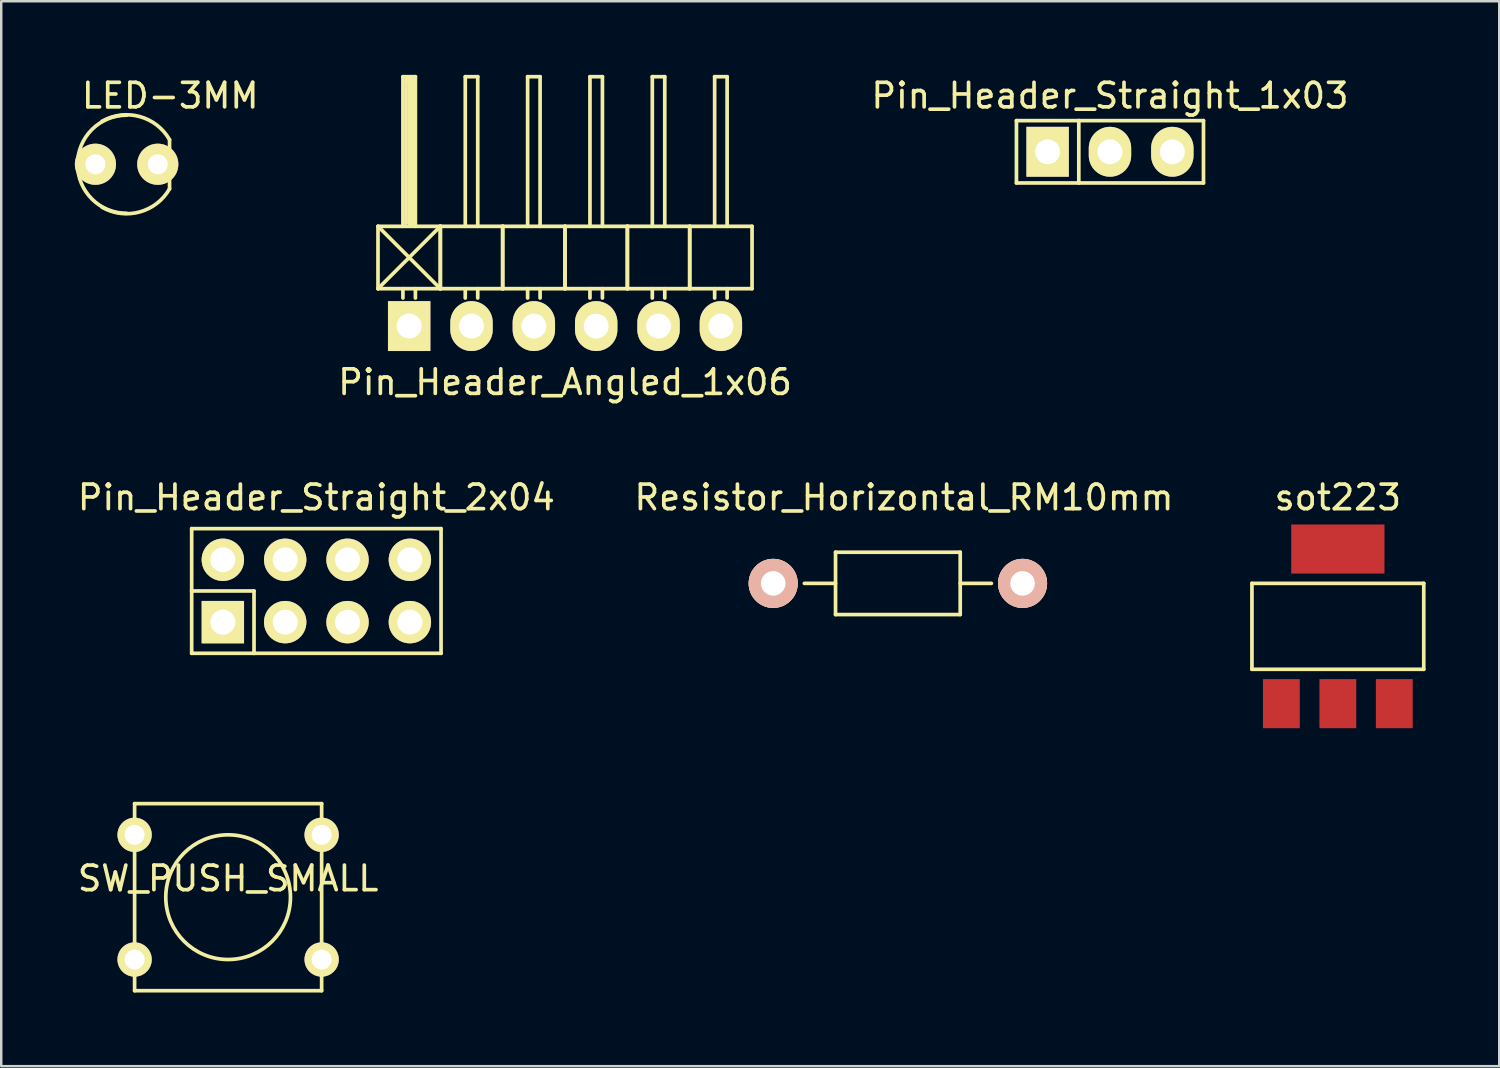
<source format=kicad_pcb>
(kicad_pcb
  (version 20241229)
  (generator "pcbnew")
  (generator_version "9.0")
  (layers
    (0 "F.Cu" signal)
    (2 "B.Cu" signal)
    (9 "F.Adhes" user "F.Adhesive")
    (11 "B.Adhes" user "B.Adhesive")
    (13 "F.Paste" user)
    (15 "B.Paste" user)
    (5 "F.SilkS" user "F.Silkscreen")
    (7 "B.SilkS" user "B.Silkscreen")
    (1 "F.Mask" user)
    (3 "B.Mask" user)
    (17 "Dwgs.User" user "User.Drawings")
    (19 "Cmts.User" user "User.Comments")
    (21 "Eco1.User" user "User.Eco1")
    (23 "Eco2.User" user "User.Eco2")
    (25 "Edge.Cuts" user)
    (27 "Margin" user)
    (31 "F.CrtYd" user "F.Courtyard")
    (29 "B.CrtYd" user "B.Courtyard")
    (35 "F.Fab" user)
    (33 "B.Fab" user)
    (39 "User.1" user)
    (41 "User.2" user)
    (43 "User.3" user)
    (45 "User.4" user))
  (footprint "Pin_Header_Angled_1x06"
    (layer "F.Cu")
    (at 19.97 10.235)
    (property "Reference" "Pin_Header_Angled_1x06" (at 0 2.286 0) (layer "F.SilkS") (effects (font (size 1 1) (thickness 0.15))))
    (attr through_hole)
    (fp_line (start -7.62 -4.064) (end -5.08 -1.524) (stroke (width 0.15) (type solid)) (layer "F.SilkS"))
    (fp_line (start -7.62 -1.524) (end -7.62 -4.064) (stroke (width 0.15) (type solid)) (layer "F.SilkS"))
    (fp_line (start -7.62 -1.524) (end -5.08 -1.524) (stroke (width 0.15) (type solid)) (layer "F.SilkS"))
    (fp_line (start -6.604 -10.16) (end -6.096 -10.16) (stroke (width 0.15) (type solid)) (layer "F.SilkS"))
    (fp_line (start -6.604 -4.064) (end -6.604 -10.16) (stroke (width 0.15) (type solid)) (layer "F.SilkS"))
    (fp_line (start -6.604 -1.524) (end -6.604 -1.143) (stroke (width 0.15) (type solid)) (layer "F.SilkS"))
    (fp_line (start -6.477 -10.033) (end -6.223 -10.033) (stroke (width 0.15) (type solid)) (layer "F.SilkS"))
    (fp_line (start -6.477 -4.191) (end -6.477 -10.033) (stroke (width 0.15) (type solid)) (layer "F.SilkS"))
    (fp_line (start -6.35 -4.191) (end -6.35 -10.033) (stroke (width 0.15) (type solid)) (layer "F.SilkS"))
    (fp_line (start -6.223 -10.033) (end -6.223 -4.191) (stroke (width 0.15) (type solid)) (layer "F.SilkS"))
    (fp_line (start -6.223 -4.191) (end -6.35 -4.191) (stroke (width 0.15) (type solid)) (layer "F.SilkS"))
    (fp_line (start -6.096 -10.16) (end -6.096 -4.064) (stroke (width 0.15) (type solid)) (layer "F.SilkS"))
    (fp_line (start -6.096 -1.524) (end -6.096 -1.143) (stroke (width 0.15) (type solid)) (layer "F.SilkS"))
    (fp_line (start -5.08 -4.064) (end -7.62 -4.064) (stroke (width 0.15) (type solid)) (layer "F.SilkS"))
    (fp_line (start -5.08 -4.064) (end -7.62 -1.524) (stroke (width 0.15) (type solid)) (layer "F.SilkS"))
    (fp_line (start -5.08 -1.524) (end -5.08 -4.064) (stroke (width 0.15) (type solid)) (layer "F.SilkS"))
    (fp_line (start -5.08 -1.524) (end -5.08 -4.064) (stroke (width 0.15) (type solid)) (layer "F.SilkS"))
    (fp_line (start -5.08 -1.524) (end -2.54 -1.524) (stroke (width 0.15) (type solid)) (layer "F.SilkS"))
    (fp_line (start -4.064 -10.16) (end -3.556 -10.16) (stroke (width 0.15) (type solid)) (layer "F.SilkS"))
    (fp_line (start -4.064 -4.064) (end -4.064 -10.16) (stroke (width 0.15) (type solid)) (layer "F.SilkS"))
    (fp_line (start -4.064 -1.524) (end -4.064 -1.143) (stroke (width 0.15) (type solid)) (layer "F.SilkS"))
    (fp_line (start -3.556 -10.16) (end -3.556 -4.064) (stroke (width 0.15) (type solid)) (layer "F.SilkS"))
    (fp_line (start -3.556 -1.524) (end -3.556 -1.143) (stroke (width 0.15) (type solid)) (layer "F.SilkS"))
    (fp_line (start -2.54 -4.064) (end -5.08 -4.064) (stroke (width 0.15) (type solid)) (layer "F.SilkS"))
    (fp_line (start -2.54 -1.524) (end -2.54 -4.064) (stroke (width 0.15) (type solid)) (layer "F.SilkS"))
    (fp_line (start -2.54 -1.524) (end -2.54 -4.064) (stroke (width 0.15) (type solid)) (layer "F.SilkS"))
    (fp_line (start -2.54 -1.524) (end 0 -1.524) (stroke (width 0.15) (type solid)) (layer "F.SilkS"))
    (fp_line (start -1.524 -10.16) (end -1.016 -10.16) (stroke (width 0.15) (type solid)) (layer "F.SilkS"))
    (fp_line (start -1.524 -4.064) (end -1.524 -10.16) (stroke (width 0.15) (type solid)) (layer "F.SilkS"))
    (fp_line (start -1.524 -1.524) (end -1.524 -1.143) (stroke (width 0.15) (type solid)) (layer "F.SilkS"))
    (fp_line (start -1.016 -10.16) (end -1.016 -4.064) (stroke (width 0.15) (type solid)) (layer "F.SilkS"))
    (fp_line (start -1.016 -1.524) (end -1.016 -1.143) (stroke (width 0.15) (type solid)) (layer "F.SilkS"))
    (fp_line (start 0 -4.064) (end -2.54 -4.064) (stroke (width 0.15) (type solid)) (layer "F.SilkS"))
    (fp_line (start 0 -1.524) (end 0 -4.064) (stroke (width 0.15) (type solid)) (layer "F.SilkS"))
    (fp_line (start 0 -1.524) (end 0 -4.064) (stroke (width 0.15) (type solid)) (layer "F.SilkS"))
    (fp_line (start 0 -1.524) (end 2.54 -1.524) (stroke (width 0.15) (type solid)) (layer "F.SilkS"))
    (fp_line (start 1.016 -10.16) (end 1.524 -10.16) (stroke (width 0.15) (type solid)) (layer "F.SilkS"))
    (fp_line (start 1.016 -4.064) (end 1.016 -10.16) (stroke (width 0.15) (type solid)) (layer "F.SilkS"))
    (fp_line (start 1.016 -1.524) (end 1.016 -1.143) (stroke (width 0.15) (type solid)) (layer "F.SilkS"))
    (fp_line (start 1.524 -10.16) (end 1.524 -4.064) (stroke (width 0.15) (type solid)) (layer "F.SilkS"))
    (fp_line (start 1.524 -1.524) (end 1.524 -1.143) (stroke (width 0.15) (type solid)) (layer "F.SilkS"))
    (fp_line (start 2.54 -4.064) (end 0 -4.064) (stroke (width 0.15) (type solid)) (layer "F.SilkS"))
    (fp_line (start 2.54 -1.524) (end 2.54 -4.064) (stroke (width 0.15) (type solid)) (layer "F.SilkS"))
    (fp_line (start 2.54 -1.524) (end 2.54 -4.064) (stroke (width 0.15) (type solid)) (layer "F.SilkS"))
    (fp_line (start 2.54 -1.524) (end 5.08 -1.524) (stroke (width 0.15) (type solid)) (layer "F.SilkS"))
    (fp_line (start 3.556 -10.16) (end 4.064 -10.16) (stroke (width 0.15) (type solid)) (layer "F.SilkS"))
    (fp_line (start 3.556 -4.064) (end 3.556 -10.16) (stroke (width 0.15) (type solid)) (layer "F.SilkS"))
    (fp_line (start 3.556 -1.524) (end 3.556 -1.143) (stroke (width 0.15) (type solid)) (layer "F.SilkS"))
    (fp_line (start 4.064 -10.16) (end 4.064 -4.064) (stroke (width 0.15) (type solid)) (layer "F.SilkS"))
    (fp_line (start 4.064 -1.524) (end 4.064 -1.143) (stroke (width 0.15) (type solid)) (layer "F.SilkS"))
    (fp_line (start 5.08 -4.064) (end 2.54 -4.064) (stroke (width 0.15) (type solid)) (layer "F.SilkS"))
    (fp_line (start 5.08 -1.524) (end 5.08 -4.064) (stroke (width 0.15) (type solid)) (layer "F.SilkS"))
    (fp_line (start 5.08 -1.524) (end 5.08 -4.064) (stroke (width 0.15) (type solid)) (layer "F.SilkS"))
    (fp_line (start 5.08 -1.524) (end 7.62 -1.524) (stroke (width 0.15) (type solid)) (layer "F.SilkS"))
    (fp_line (start 6.096 -10.16) (end 6.604 -10.16) (stroke (width 0.15) (type solid)) (layer "F.SilkS"))
    (fp_line (start 6.096 -4.064) (end 6.096 -10.16) (stroke (width 0.15) (type solid)) (layer "F.SilkS"))
    (fp_line (start 6.096 -1.524) (end 6.096 -1.143) (stroke (width 0.15) (type solid)) (layer "F.SilkS"))
    (fp_line (start 6.604 -10.16) (end 6.604 -4.064) (stroke (width 0.15) (type solid)) (layer "F.SilkS"))
    (fp_line (start 6.604 -1.524) (end 6.604 -1.143) (stroke (width 0.15) (type solid)) (layer "F.SilkS"))
    (fp_line (start 7.62 -4.064) (end 5.08 -4.064) (stroke (width 0.15) (type solid)) (layer "F.SilkS"))
    (fp_line (start 7.62 -1.524) (end 7.62 -4.064) (stroke (width 0.15) (type solid)) (layer "F.SilkS"))
    (pad "1" thru_hole rect (at -6.35 0) (size 1.727 2.032) (drill 1.016) (layers "*.Cu" "*.Mask" "F.SilkS"))
    (pad "2" thru_hole oval (at -3.81 0) (size 1.727 2.032) (drill 1.016) (layers "*.Cu" "*.Mask" "F.SilkS"))
    (pad "3" thru_hole oval (at -1.27 0) (size 1.727 2.032) (drill 1.016) (layers "*.Cu" "*.Mask" "F.SilkS"))
    (pad "4" thru_hole oval (at 1.27 0) (size 1.727 2.032) (drill 1.016) (layers "*.Cu" "*.Mask" "F.SilkS"))
    (pad "5" thru_hole oval (at 3.81 0) (size 1.727 2.032) (drill 1.016) (layers "*.Cu" "*.Mask" "F.SilkS"))
    (pad "6" thru_hole oval (at 6.35 0) (size 1.727 2.032) (drill 1.016) (layers "*.Cu" "*.Mask" "F.SilkS")))
  (footprint "LED-3MM"
    (layer "F.Cu")
    (at 2.108 3.642)
    (property "Reference" "LED-3MM" (at 1.778 -2.794 0) (layer "F.SilkS") (effects (font (size 1 1) (thickness 0.15))))
    (attr through_hole)
    (fp_line (start 1.75 -1) (end 1.75 1) (stroke (width 0.15) (type solid)) (layer "F.SilkS"))
    (fp_arc (start -2 0) (mid -1.414214 -1.414214) (end 0 -2) (stroke (width 0.15) (type solid)) (layer "F.SilkS"))
    (fp_arc (start -1 -1.75) (mid 0.53033 -1.944544) (end 1.75 -1) (stroke (width 0.15) (type solid)) (layer "F.SilkS"))
    (fp_arc (start 0 2) (mid -1.414214 1.414214) (end -2 0) (stroke (width 0.15) (type solid)) (layer "F.SilkS"))
    (fp_arc (start 1.75 1) (mid 0.53033 1.944544) (end -1 1.75) (stroke (width 0.15) (type solid)) (layer "F.SilkS"))
    (pad "1" thru_hole circle (at -1.27 0) (size 1.676 1.676) (drill 0.813) (layers "*.Cu" "*.Mask" "F.SilkS"))
    (pad "2" thru_hole circle (at 1.27 0) (size 1.676 1.676) (drill 0.813) (layers "*.Cu" "*.Mask" "F.SilkS")))
  (footprint "Pin_Header_Straight_2x04"
    (layer "F.Cu")
    (at 9.839 21.027)
    (property "Reference" "Pin_Header_Straight_2x04" (at 0 -3.81 0) (layer "F.SilkS") (effects (font (size 1 1) (thickness 0.15))))
    (attr through_hole)
    (fp_line (start -5.08 -2.54) (end -5.08 0) (stroke (width 0.15) (type solid)) (layer "F.SilkS"))
    (fp_line (start -5.08 0) (end -2.54 0) (stroke (width 0.15) (type solid)) (layer "F.SilkS"))
    (fp_line (start -5.08 2.54) (end -5.08 0) (stroke (width 0.15) (type solid)) (layer "F.SilkS"))
    (fp_line (start -5.08 2.54) (end -2.54 2.54) (stroke (width 0.15) (type solid)) (layer "F.SilkS"))
    (fp_line (start -2.54 0) (end -2.54 2.54) (stroke (width 0.15) (type solid)) (layer "F.SilkS"))
    (fp_line (start -2.54 2.54) (end 5.08 2.54) (stroke (width 0.15) (type solid)) (layer "F.SilkS"))
    (fp_line (start 5.08 -2.54) (end -5.08 -2.54) (stroke (width 0.15) (type solid)) (layer "F.SilkS"))
    (fp_line (start 5.08 2.54) (end 5.08 -2.54) (stroke (width 0.15) (type solid)) (layer "F.SilkS"))
    (pad "1" thru_hole rect (at -3.81 1.27) (size 1.727 1.727) (drill 1.016) (layers "*.Cu" "*.Mask" "F.SilkS"))
    (pad "2" thru_hole oval (at -3.81 -1.27) (size 1.727 1.727) (drill 1.016) (layers "*.Cu" "*.Mask" "F.SilkS"))
    (pad "3" thru_hole oval (at -1.27 1.27) (size 1.727 1.727) (drill 1.016) (layers "*.Cu" "*.Mask" "F.SilkS"))
    (pad "4" thru_hole oval (at -1.27 -1.27) (size 1.727 1.727) (drill 1.016) (layers "*.Cu" "*.Mask" "F.SilkS"))
    (pad "5" thru_hole oval (at 1.27 1.27) (size 1.727 1.727) (drill 1.016) (layers "*.Cu" "*.Mask" "F.SilkS"))
    (pad "6" thru_hole oval (at 1.27 -1.27) (size 1.727 1.727) (drill 1.016) (layers "*.Cu" "*.Mask" "F.SilkS"))
    (pad "7" thru_hole oval (at 3.81 1.27) (size 1.727 1.727) (drill 1.016) (layers "*.Cu" "*.Mask" "F.SilkS"))
    (pad "8" thru_hole oval (at 3.81 -1.27) (size 1.727 1.727) (drill 1.016) (layers "*.Cu" "*.Mask" "F.SilkS")))
  (footprint "sot223"
    (layer "F.Cu")
    (at 51.456 22.468)
    (property "Reference" "sot223" (at 0 -5.25 180) (layer "F.SilkS") (effects (font (size 1 1) (thickness 0.15))))
    (attr smd)
    (fp_line (start -3.5 -1.75) (end 3.5 -1.75) (stroke (width 0.15) (type solid)) (layer "F.SilkS"))
    (fp_line (start -3.5 1.75) (end -3.5 -1.75) (stroke (width 0.15) (type solid)) (layer "F.SilkS"))
    (fp_line (start 3.5 -1.75) (end 3.5 1.75) (stroke (width 0.15) (type solid)) (layer "F.SilkS"))
    (fp_line (start 3.5 1.75) (end -3.5 1.75) (stroke (width 0.15) (type solid)) (layer "F.SilkS"))
    (pad "1" smd rect (at -2.3 3.15) (size 1.5 2) (layers "F.Cu" "F.Mask" "F.Paste"))
    (pad "2" smd rect (at 0 -3.15) (size 3.8 2) (layers "F.Cu" "F.Mask" "F.Paste"))
    (pad "2" smd rect (at 0 3.15) (size 1.5 2) (layers "F.Cu" "F.Mask" "F.Paste"))
    (pad "3" smd rect (at 2.3 3.15) (size 1.5 2) (layers "F.Cu" "F.Mask" "F.Paste")))
  (footprint "SW_PUSH_SMALL"
    (layer "F.Cu")
    (at 6.244 33.502)
    (property "Reference" "SW_PUSH_SMALL" (at 0 -0.762 0) (layer "F.SilkS") (effects (font (size 1 1) (thickness 0.15))))
    (attr through_hole)
    (fp_line (start -3.81 -3.81) (end -3.81 3.81) (stroke (width 0.15) (type solid)) (layer "F.SilkS"))
    (fp_line (start -3.81 -3.81) (end 3.81 -3.81) (stroke (width 0.15) (type solid)) (layer "F.SilkS"))
    (fp_line (start 3.81 -3.81) (end 3.81 3.81) (stroke (width 0.15) (type solid)) (layer "F.SilkS"))
    (fp_line (start 3.81 3.81) (end -3.81 3.81) (stroke (width 0.15) (type solid)) (layer "F.SilkS"))
    (fp_circle (center 0 0) (end 0 -2.54) (stroke (width 0.15) (type solid)) (fill no) (layer "F.SilkS"))
    (pad "1" thru_hole circle (at -3.81 -2.54) (size 1.397 1.397) (drill 0.813) (layers "*.Cu" "*.Mask" "F.SilkS"))
    (pad "1" thru_hole circle (at 3.81 -2.54) (size 1.397 1.397) (drill 0.813) (layers "*.Cu" "*.Mask" "F.SilkS"))
    (pad "2" thru_hole circle (at -3.81 2.54) (size 1.397 1.397) (drill 0.813) (layers "*.Cu" "*.Mask" "F.SilkS"))
    (pad "2" thru_hole circle (at 3.81 2.54) (size 1.397 1.397) (drill 0.813) (layers "*.Cu" "*.Mask" "F.SilkS")))
  (footprint "Resistor_Horizontal_RM10mm"
    (layer "F.Cu")
    (at 33.531 20.718)
    (property "Reference" "Resistor_Horizontal_RM10mm" (at 0.249 -3.5 0) (layer "F.SilkS") (effects (font (size 1 1) (thickness 0.15))))
    (attr through_hole)
    (fp_line (start -2.54 -1.27) (end 2.54 -1.27) (stroke (width 0.15) (type solid)) (layer "F.SilkS"))
    (fp_line (start -2.54 0) (end -3.81 0) (stroke (width 0.15) (type solid)) (layer "F.SilkS"))
    (fp_line (start -2.54 1.27) (end -2.54 -1.27) (stroke (width 0.15) (type solid)) (layer "F.SilkS"))
    (fp_line (start 2.54 -1.27) (end 2.54 1.27) (stroke (width 0.15) (type solid)) (layer "F.SilkS"))
    (fp_line (start 2.54 0) (end 3.81 0) (stroke (width 0.15) (type solid)) (layer "F.SilkS"))
    (fp_line (start 2.54 1.27) (end -2.54 1.27) (stroke (width 0.15) (type solid)) (layer "F.SilkS"))
    (pad "1" thru_hole circle (at -5.08 0) (size 1.999 1.999) (drill 1.001) (layers "*.Cu" "*.SilkS" "*.Mask"))
    (pad "2" thru_hole circle (at 5.08 0) (size 1.999 1.999) (drill 1.001) (layers "*.Cu" "*.SilkS" "*.Mask")))
  (footprint "Pin_Header_Straight_1x03"
    (layer "F.Cu")
    (at 42.172 3.134)
    (property "Reference" "Pin_Header_Straight_1x03" (at 0 -2.286 0) (layer "F.SilkS") (effects (font (size 1 1) (thickness 0.15))))
    (attr through_hole)
    (fp_line (start -3.81 -1.27) (end -3.81 1.27) (stroke (width 0.15) (type solid)) (layer "F.SilkS"))
    (fp_line (start -3.81 -1.27) (end -1.27 -1.27) (stroke (width 0.15) (type solid)) (layer "F.SilkS"))
    (fp_line (start -3.81 1.27) (end -1.27 1.27) (stroke (width 0.15) (type solid)) (layer "F.SilkS"))
    (fp_line (start -1.27 -1.27) (end -1.27 1.27) (stroke (width 0.15) (type solid)) (layer "F.SilkS"))
    (fp_line (start -1.27 1.27) (end 3.81 1.27) (stroke (width 0.15) (type solid)) (layer "F.SilkS"))
    (fp_line (start 3.81 -1.27) (end -1.27 -1.27) (stroke (width 0.15) (type solid)) (layer "F.SilkS"))
    (fp_line (start 3.81 1.27) (end 3.81 -1.27) (stroke (width 0.15) (type solid)) (layer "F.SilkS"))
    (pad "1" thru_hole rect (at -2.54 0) (size 1.727 2.032) (drill 1.016) (layers "*.Cu" "*.Mask" "F.SilkS"))
    (pad "2" thru_hole oval (at 0 0) (size 1.727 2.032) (drill 1.016) (layers "*.Cu" "*.Mask" "F.SilkS"))
    (pad "3" thru_hole oval (at 2.54 0) (size 1.727 2.032) (drill 1.016) (layers "*.Cu" "*.Mask" "F.SilkS")))
  (gr_rect
    (start -3 -3)
    (end 58.031 40.388)
    (stroke (width 0.1) (type default))
    (fill no)
    (layer "Edge.Cuts")))
</source>
